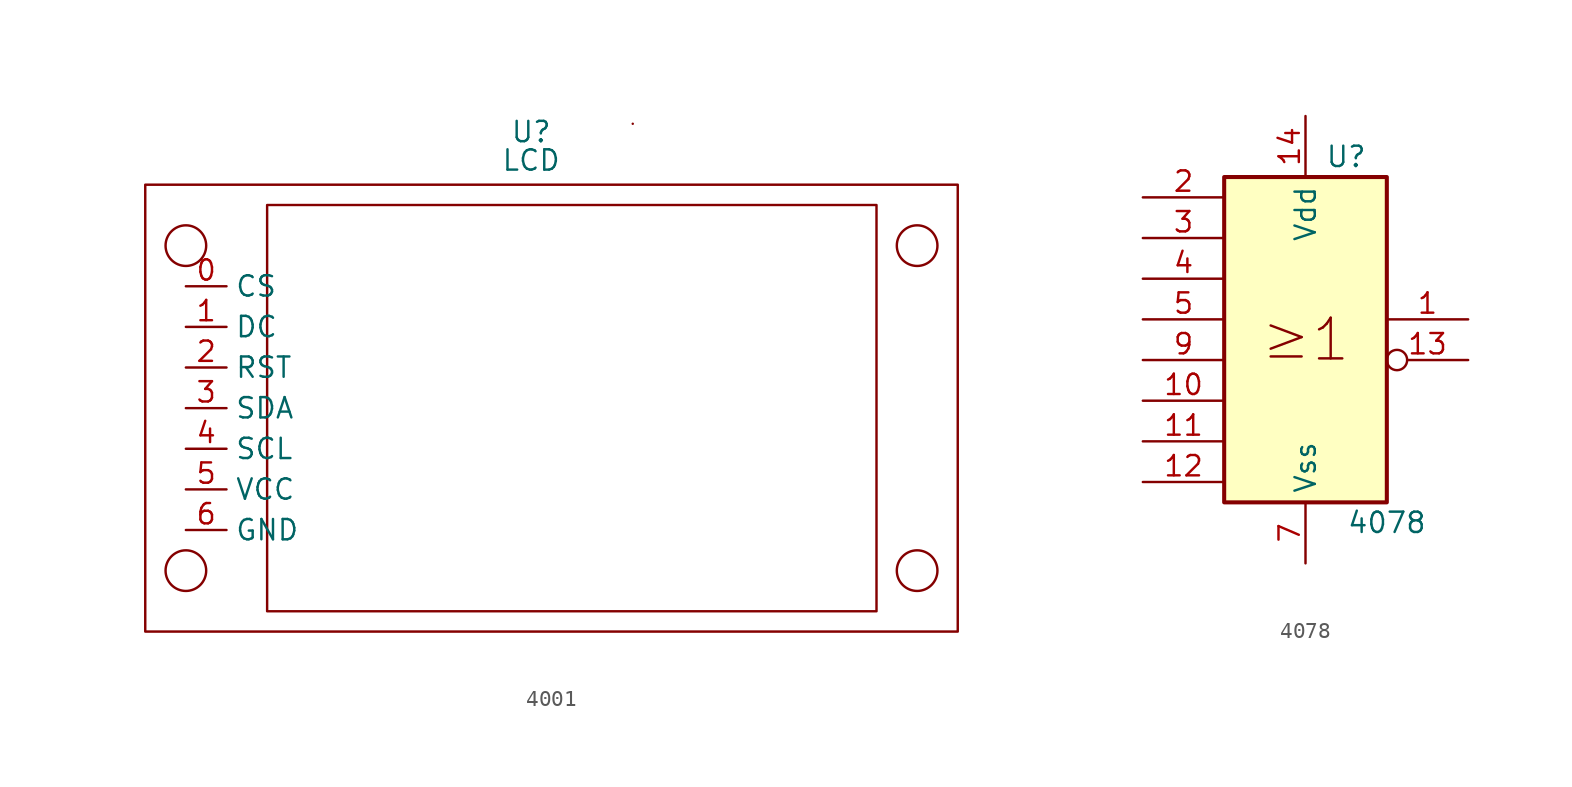
<source format=kicad_sym>
(kicad_symbol_lib
  (version 20231120)
  (generator "kicad_symbol_editor")
  (generator_version "8.0")
  (symbol "4001"
    (property "Reference" "U"
      (at -10.16 19.812 0)
      (effects (font (size 1.27 1.27))))
    (property "Value" "LCD"
      (at -10.16 18.034 0)
      (effects (font (size 1.27 1.27))))
    (symbol "4001_0_0"
      (pin input line (at -31.75 10.16 0) (length 2.54) (name "CS" (effects (font (size 1.27 1.27)))) (number "0" (effects (font (size 1.27 1.27)))))
      (pin input line (at -31.75 7.62 0) (length 2.54) (name "DC" (effects (font (size 1.27 1.27)))) (number "1" (effects (font (size 1.27 1.27)))))
      (pin input line (at -31.75 5.08 0) (length 2.54) (name "RST" (effects (font (size 1.27 1.27)))) (number "2" (effects (font (size 1.27 1.27)))))
      (pin input line (at -31.75 2.54 0) (length 2.54) (name "SDA" (effects (font (size 1.27 1.27)))) (number "3" (effects (font (size 1.27 1.27)))))
      (pin input line (at -31.75 0 0) (length 2.54) (name "SCL" (effects (font (size 1.27 1.27)))) (number "4" (effects (font (size 1.27 1.27)))))
      (pin power_in line (at -31.75 -2.54 0) (length 2.54) (name "VCC" (effects (font (size 1.27 1.27)))) (number "5" (effects (font (size 1.27 1.27)))))
      (pin power_out line (at -31.75 -5.08 0) (length 2.54) (name "GND" (effects (font (size 1.27 1.27)))) (number "6" (effects (font (size 1.27 1.27))))))
    (symbol "4001_0_1"
      (rectangle (start -34.29 16.51) (end 16.51 -11.43) (stroke (width 0) (type default)) (fill (type none)))
      (circle (center -31.75 -7.62) (radius 1.27) (stroke (width 0) (type default)) (fill (type none)))
      (circle (center -31.75 12.7) (radius 1.27) (stroke (width 0) (type default)) (fill (type none)))
      (rectangle (start -26.67 15.24) (end 11.43 -10.16) (stroke (width 0) (type default)) (fill (type none)))
      (rectangle (start -3.81 20.32) (end -3.81 20.32) (stroke (width 0) (type default)) (fill (type none)))
      (circle (center 13.97 -7.62) (radius 1.27) (stroke (width 0) (type default)) (fill (type none)))
      (circle (center 13.97 12.7) (radius 1.27) (stroke (width 0) (type default)) (fill (type none)))))
  (symbol "4078"
    (property "Reference" "U"
      (at 2.54 10.16 0)
      (effects (font (size 1.27 1.27))))
    (property "Value" "4078"
      (at 5.08 -12.7 0)
      (effects (font (size 1.27 1.27))))
    (symbol "4078_0_0"
      (rectangle (start -5.08 8.89) (end 5.08 -11.43) (stroke (width 0.254) (type default)) (fill (type background)))
      (pin power_in line (at 0 12.7 270) (length 3.81) (name "Vdd" (effects (font (size 1.27 1.27)))) (number "14" (effects (font (size 1.27 1.27))))))
    (symbol "4078_1_0"
      (text "≥1" (at 0 -1.27 0) (effects (font (size 2.54 2.54))))
      (pin power_in line (at 0 -15.24 90) (length 3.81) (name "Vss" (effects (font (size 1.27 1.27)))) (number "7" (effects (font (size 1.27 1.27))))))
    (symbol "4078_1_1"
      (pin output line (at 10.16 0 180) (length 5.08) (name "~" (effects (font (size 1.27 1.27)))) (number "1" (effects (font (size 1.27 1.27)))))
      (pin input line (at -10.16 -5.08 0) (length 5.08) (name "~" (effects (font (size 1.27 1.27)))) (number "10" (effects (font (size 1.27 1.27)))))
      (pin input line (at -10.16 -7.62 0) (length 5.08) (name "~" (effects (font (size 1.27 1.27)))) (number "11" (effects (font (size 1.27 1.27)))))
      (pin input line (at -10.16 -10.16 0) (length 5.08) (name "~" (effects (font (size 1.27 1.27)))) (number "12" (effects (font (size 1.27 1.27)))))
      (pin output inverted (at 10.16 -2.54 180) (length 5.08) (name "~" (effects (font (size 1.27 1.27)))) (number "13" (effects (font (size 1.27 1.27)))))
      (pin input line (at -10.16 7.62 0) (length 5.08) (name "~" (effects (font (size 1.27 1.27)))) (number "2" (effects (font (size 1.27 1.27)))))
      (pin input line (at -10.16 5.08 0) (length 5.08) (name "~" (effects (font (size 1.27 1.27)))) (number "3" (effects (font (size 1.27 1.27)))))
      (pin input line (at -10.16 2.54 0) (length 5.08) (name "~" (effects (font (size 1.27 1.27)))) (number "4" (effects (font (size 1.27 1.27)))))
      (pin input line (at -10.16 0 0) (length 5.08) (name "~" (effects (font (size 1.27 1.27)))) (number "5" (effects (font (size 1.27 1.27)))))
      (pin no_connect line (at 5.08 2.54 180) (length 3.81) hide (name "~" (effects (font (size 1.27 1.27)))) (number "6" (effects (font (size 1.27 1.27)))))
      (pin no_connect line (at 5.08 5.08 180) (length 3.81) hide (name "~" (effects (font (size 1.27 1.27)))) (number "8" (effects (font (size 1.27 1.27)))))
      (pin input line (at -10.16 -2.54 0) (length 5.08) (name "~" (effects (font (size 1.27 1.27)))) (number "9" (effects (font (size 1.27 1.27))))))))
</source>
